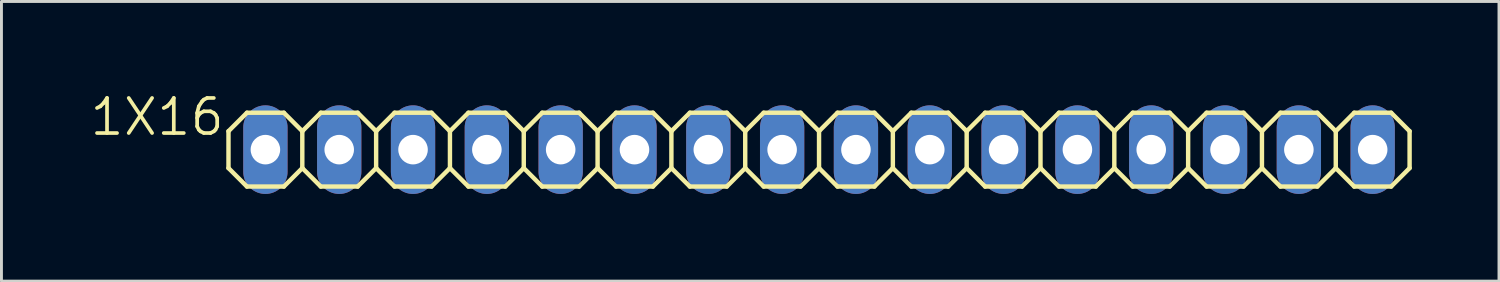
<source format=kicad_pcb>
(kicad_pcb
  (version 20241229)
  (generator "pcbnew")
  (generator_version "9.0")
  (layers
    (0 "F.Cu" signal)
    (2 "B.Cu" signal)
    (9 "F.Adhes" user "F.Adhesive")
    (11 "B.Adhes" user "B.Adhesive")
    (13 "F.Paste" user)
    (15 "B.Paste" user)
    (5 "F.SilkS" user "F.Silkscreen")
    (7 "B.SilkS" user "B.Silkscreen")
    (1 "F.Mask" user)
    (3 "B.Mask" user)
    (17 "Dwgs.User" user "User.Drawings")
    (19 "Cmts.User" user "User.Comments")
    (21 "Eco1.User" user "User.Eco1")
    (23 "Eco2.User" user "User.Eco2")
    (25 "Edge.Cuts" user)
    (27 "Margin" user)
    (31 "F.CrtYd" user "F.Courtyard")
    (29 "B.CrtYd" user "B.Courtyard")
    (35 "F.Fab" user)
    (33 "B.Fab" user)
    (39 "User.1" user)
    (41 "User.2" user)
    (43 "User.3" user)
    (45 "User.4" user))
  (footprint "1X16"
    (layer "F.Cu")
    (at 25.132 2.099)
    (property "Reference" "1X16" (at -20.396 -1.829 0) (layer "F.SilkS") (effects (font (size 1.206 1.206) (thickness 0.127)) (justify right top)))
    (attr through_hole)
    (fp_line (start -20.32 -0.635) (end -20.32 0.635) (stroke (width 0.152) (type solid)) (layer "F.SilkS"))
    (fp_line (start -20.32 0.635) (end -19.685 1.27) (stroke (width 0.152) (type solid)) (layer "F.SilkS"))
    (fp_line (start -19.685 -1.27) (end -20.32 -0.635) (stroke (width 0.152) (type solid)) (layer "F.SilkS"))
    (fp_line (start -19.685 -1.27) (end -18.415 -1.27) (stroke (width 0.152) (type solid)) (layer "F.SilkS"))
    (fp_line (start -18.415 -1.27) (end -17.78 -0.635) (stroke (width 0.152) (type solid)) (layer "F.SilkS"))
    (fp_line (start -18.415 1.27) (end -19.685 1.27) (stroke (width 0.152) (type solid)) (layer "F.SilkS"))
    (fp_line (start -17.78 -0.635) (end -17.78 0.635) (stroke (width 0.152) (type solid)) (layer "F.SilkS"))
    (fp_line (start -17.78 -0.635) (end -17.145 -1.27) (stroke (width 0.152) (type solid)) (layer "F.SilkS"))
    (fp_line (start -17.78 0.635) (end -18.415 1.27) (stroke (width 0.152) (type solid)) (layer "F.SilkS"))
    (fp_line (start -17.145 -1.27) (end -15.875 -1.27) (stroke (width 0.152) (type solid)) (layer "F.SilkS"))
    (fp_line (start -17.145 1.27) (end -17.78 0.635) (stroke (width 0.152) (type solid)) (layer "F.SilkS"))
    (fp_line (start -15.875 -1.27) (end -15.24 -0.635) (stroke (width 0.152) (type solid)) (layer "F.SilkS"))
    (fp_line (start -15.875 1.27) (end -17.145 1.27) (stroke (width 0.152) (type solid)) (layer "F.SilkS"))
    (fp_line (start -15.24 -0.635) (end -15.24 0.635) (stroke (width 0.152) (type solid)) (layer "F.SilkS"))
    (fp_line (start -15.24 -0.635) (end -14.605 -1.27) (stroke (width 0.152) (type solid)) (layer "F.SilkS"))
    (fp_line (start -15.24 0.635) (end -15.875 1.27) (stroke (width 0.152) (type solid)) (layer "F.SilkS"))
    (fp_line (start -14.605 -1.27) (end -13.335 -1.27) (stroke (width 0.152) (type solid)) (layer "F.SilkS"))
    (fp_line (start -14.605 1.27) (end -15.24 0.635) (stroke (width 0.152) (type solid)) (layer "F.SilkS"))
    (fp_line (start -13.335 -1.27) (end -12.7 -0.635) (stroke (width 0.152) (type solid)) (layer "F.SilkS"))
    (fp_line (start -13.335 1.27) (end -14.605 1.27) (stroke (width 0.152) (type solid)) (layer "F.SilkS"))
    (fp_line (start -12.7 -0.635) (end -12.7 0.635) (stroke (width 0.152) (type solid)) (layer "F.SilkS"))
    (fp_line (start -12.7 0.635) (end -13.335 1.27) (stroke (width 0.152) (type solid)) (layer "F.SilkS"))
    (fp_line (start -12.7 0.635) (end -12.065 1.27) (stroke (width 0.152) (type solid)) (layer "F.SilkS"))
    (fp_line (start -12.065 -1.27) (end -12.7 -0.635) (stroke (width 0.152) (type solid)) (layer "F.SilkS"))
    (fp_line (start -12.065 -1.27) (end -10.795 -1.27) (stroke (width 0.152) (type solid)) (layer "F.SilkS"))
    (fp_line (start -10.795 -1.27) (end -10.16 -0.635) (stroke (width 0.152) (type solid)) (layer "F.SilkS"))
    (fp_line (start -10.795 1.27) (end -12.065 1.27) (stroke (width 0.152) (type solid)) (layer "F.SilkS"))
    (fp_line (start -10.16 -0.635) (end -10.16 0.635) (stroke (width 0.152) (type solid)) (layer "F.SilkS"))
    (fp_line (start -10.16 -0.635) (end -9.525 -1.27) (stroke (width 0.152) (type solid)) (layer "F.SilkS"))
    (fp_line (start -10.16 0.635) (end -10.795 1.27) (stroke (width 0.152) (type solid)) (layer "F.SilkS"))
    (fp_line (start -9.525 -1.27) (end -8.255 -1.27) (stroke (width 0.152) (type solid)) (layer "F.SilkS"))
    (fp_line (start -9.525 1.27) (end -10.16 0.635) (stroke (width 0.152) (type solid)) (layer "F.SilkS"))
    (fp_line (start -8.255 -1.27) (end -7.62 -0.635) (stroke (width 0.152) (type solid)) (layer "F.SilkS"))
    (fp_line (start -8.255 1.27) (end -9.525 1.27) (stroke (width 0.152) (type solid)) (layer "F.SilkS"))
    (fp_line (start -7.62 -0.635) (end -7.62 0.635) (stroke (width 0.152) (type solid)) (layer "F.SilkS"))
    (fp_line (start -7.62 -0.635) (end -6.985 -1.27) (stroke (width 0.152) (type solid)) (layer "F.SilkS"))
    (fp_line (start -7.62 0.635) (end -8.255 1.27) (stroke (width 0.152) (type solid)) (layer "F.SilkS"))
    (fp_line (start -6.985 -1.27) (end -5.715 -1.27) (stroke (width 0.152) (type solid)) (layer "F.SilkS"))
    (fp_line (start -6.985 1.27) (end -7.62 0.635) (stroke (width 0.152) (type solid)) (layer "F.SilkS"))
    (fp_line (start -5.715 -1.27) (end -5.08 -0.635) (stroke (width 0.152) (type solid)) (layer "F.SilkS"))
    (fp_line (start -5.715 1.27) (end -6.985 1.27) (stroke (width 0.152) (type solid)) (layer "F.SilkS"))
    (fp_line (start -5.08 -0.635) (end -5.08 0.635) (stroke (width 0.152) (type solid)) (layer "F.SilkS"))
    (fp_line (start -5.08 0.635) (end -5.715 1.27) (stroke (width 0.152) (type solid)) (layer "F.SilkS"))
    (fp_line (start -5.08 0.635) (end -4.445 1.27) (stroke (width 0.152) (type solid)) (layer "F.SilkS"))
    (fp_line (start -4.445 -1.27) (end -5.08 -0.635) (stroke (width 0.152) (type solid)) (layer "F.SilkS"))
    (fp_line (start -4.445 -1.27) (end -3.175 -1.27) (stroke (width 0.152) (type solid)) (layer "F.SilkS"))
    (fp_line (start -3.175 -1.27) (end -2.54 -0.635) (stroke (width 0.152) (type solid)) (layer "F.SilkS"))
    (fp_line (start -3.175 1.27) (end -4.445 1.27) (stroke (width 0.152) (type solid)) (layer "F.SilkS"))
    (fp_line (start -2.54 -0.635) (end -2.54 0.635) (stroke (width 0.152) (type solid)) (layer "F.SilkS"))
    (fp_line (start -2.54 -0.635) (end -1.905 -1.27) (stroke (width 0.152) (type solid)) (layer "F.SilkS"))
    (fp_line (start -2.54 0.635) (end -3.175 1.27) (stroke (width 0.152) (type solid)) (layer "F.SilkS"))
    (fp_line (start -1.905 -1.27) (end -0.635 -1.27) (stroke (width 0.152) (type solid)) (layer "F.SilkS"))
    (fp_line (start -1.905 1.27) (end -2.54 0.635) (stroke (width 0.152) (type solid)) (layer "F.SilkS"))
    (fp_line (start -0.635 -1.27) (end 0 -0.635) (stroke (width 0.152) (type solid)) (layer "F.SilkS"))
    (fp_line (start -0.635 1.27) (end -1.905 1.27) (stroke (width 0.152) (type solid)) (layer "F.SilkS"))
    (fp_line (start 0 -0.635) (end 0 0.635) (stroke (width 0.152) (type solid)) (layer "F.SilkS"))
    (fp_line (start 0 -0.635) (end 0.635 -1.27) (stroke (width 0.152) (type solid)) (layer "F.SilkS"))
    (fp_line (start 0 0.635) (end -0.635 1.27) (stroke (width 0.152) (type solid)) (layer "F.SilkS"))
    (fp_line (start 0.635 -1.27) (end 1.905 -1.27) (stroke (width 0.152) (type solid)) (layer "F.SilkS"))
    (fp_line (start 0.635 1.27) (end 0 0.635) (stroke (width 0.152) (type solid)) (layer "F.SilkS"))
    (fp_line (start 1.905 -1.27) (end 2.54 -0.635) (stroke (width 0.152) (type solid)) (layer "F.SilkS"))
    (fp_line (start 1.905 1.27) (end 0.635 1.27) (stroke (width 0.152) (type solid)) (layer "F.SilkS"))
    (fp_line (start 2.54 -0.635) (end 2.54 0.635) (stroke (width 0.152) (type solid)) (layer "F.SilkS"))
    (fp_line (start 2.54 0.635) (end 1.905 1.27) (stroke (width 0.152) (type solid)) (layer "F.SilkS"))
    (fp_line (start 2.54 0.635) (end 3.175 1.27) (stroke (width 0.152) (type solid)) (layer "F.SilkS"))
    (fp_line (start 3.175 -1.27) (end 2.54 -0.635) (stroke (width 0.152) (type solid)) (layer "F.SilkS"))
    (fp_line (start 3.175 -1.27) (end 4.445 -1.27) (stroke (width 0.152) (type solid)) (layer "F.SilkS"))
    (fp_line (start 4.445 -1.27) (end 5.08 -0.635) (stroke (width 0.152) (type solid)) (layer "F.SilkS"))
    (fp_line (start 4.445 1.27) (end 3.175 1.27) (stroke (width 0.152) (type solid)) (layer "F.SilkS"))
    (fp_line (start 5.08 -0.635) (end 5.08 0.635) (stroke (width 0.152) (type solid)) (layer "F.SilkS"))
    (fp_line (start 5.08 -0.635) (end 5.715 -1.27) (stroke (width 0.152) (type solid)) (layer "F.SilkS"))
    (fp_line (start 5.08 0.635) (end 4.445 1.27) (stroke (width 0.152) (type solid)) (layer "F.SilkS"))
    (fp_line (start 5.715 -1.27) (end 6.985 -1.27) (stroke (width 0.152) (type solid)) (layer "F.SilkS"))
    (fp_line (start 5.715 1.27) (end 5.08 0.635) (stroke (width 0.152) (type solid)) (layer "F.SilkS"))
    (fp_line (start 6.985 -1.27) (end 7.62 -0.635) (stroke (width 0.152) (type solid)) (layer "F.SilkS"))
    (fp_line (start 6.985 1.27) (end 5.715 1.27) (stroke (width 0.152) (type solid)) (layer "F.SilkS"))
    (fp_line (start 7.62 -0.635) (end 7.62 0.635) (stroke (width 0.152) (type solid)) (layer "F.SilkS"))
    (fp_line (start 7.62 -0.635) (end 8.255 -1.27) (stroke (width 0.152) (type solid)) (layer "F.SilkS"))
    (fp_line (start 7.62 0.635) (end 6.985 1.27) (stroke (width 0.152) (type solid)) (layer "F.SilkS"))
    (fp_line (start 8.255 -1.27) (end 9.525 -1.27) (stroke (width 0.152) (type solid)) (layer "F.SilkS"))
    (fp_line (start 8.255 1.27) (end 7.62 0.635) (stroke (width 0.152) (type solid)) (layer "F.SilkS"))
    (fp_line (start 9.525 -1.27) (end 10.16 -0.635) (stroke (width 0.152) (type solid)) (layer "F.SilkS"))
    (fp_line (start 9.525 1.27) (end 8.255 1.27) (stroke (width 0.152) (type solid)) (layer "F.SilkS"))
    (fp_line (start 10.16 -0.635) (end 10.16 0.635) (stroke (width 0.152) (type solid)) (layer "F.SilkS"))
    (fp_line (start 10.16 0.635) (end 9.525 1.27) (stroke (width 0.152) (type solid)) (layer "F.SilkS"))
    (fp_line (start 10.16 0.635) (end 10.795 1.27) (stroke (width 0.152) (type solid)) (layer "F.SilkS"))
    (fp_line (start 10.795 -1.27) (end 10.16 -0.635) (stroke (width 0.152) (type solid)) (layer "F.SilkS"))
    (fp_line (start 10.795 -1.27) (end 12.065 -1.27) (stroke (width 0.152) (type solid)) (layer "F.SilkS"))
    (fp_line (start 12.065 -1.27) (end 12.7 -0.635) (stroke (width 0.152) (type solid)) (layer "F.SilkS"))
    (fp_line (start 12.065 1.27) (end 10.795 1.27) (stroke (width 0.152) (type solid)) (layer "F.SilkS"))
    (fp_line (start 12.7 -0.635) (end 12.7 0.635) (stroke (width 0.152) (type solid)) (layer "F.SilkS"))
    (fp_line (start 12.7 -0.635) (end 13.335 -1.27) (stroke (width 0.152) (type solid)) (layer "F.SilkS"))
    (fp_line (start 12.7 0.635) (end 12.065 1.27) (stroke (width 0.152) (type solid)) (layer "F.SilkS"))
    (fp_line (start 13.335 -1.27) (end 14.605 -1.27) (stroke (width 0.152) (type solid)) (layer "F.SilkS"))
    (fp_line (start 13.335 1.27) (end 12.7 0.635) (stroke (width 0.152) (type solid)) (layer "F.SilkS"))
    (fp_line (start 14.605 -1.27) (end 15.24 -0.635) (stroke (width 0.152) (type solid)) (layer "F.SilkS"))
    (fp_line (start 14.605 1.27) (end 13.335 1.27) (stroke (width 0.152) (type solid)) (layer "F.SilkS"))
    (fp_line (start 15.24 -0.635) (end 15.24 0.635) (stroke (width 0.152) (type solid)) (layer "F.SilkS"))
    (fp_line (start 15.24 -0.635) (end 15.875 -1.27) (stroke (width 0.152) (type solid)) (layer "F.SilkS"))
    (fp_line (start 15.24 0.635) (end 14.605 1.27) (stroke (width 0.152) (type solid)) (layer "F.SilkS"))
    (fp_line (start 15.875 -1.27) (end 17.145 -1.27) (stroke (width 0.152) (type solid)) (layer "F.SilkS"))
    (fp_line (start 15.875 1.27) (end 15.24 0.635) (stroke (width 0.152) (type solid)) (layer "F.SilkS"))
    (fp_line (start 17.145 -1.27) (end 17.78 -0.635) (stroke (width 0.152) (type solid)) (layer "F.SilkS"))
    (fp_line (start 17.145 1.27) (end 15.875 1.27) (stroke (width 0.152) (type solid)) (layer "F.SilkS"))
    (fp_line (start 17.78 -0.635) (end 17.78 0.635) (stroke (width 0.152) (type solid)) (layer "F.SilkS"))
    (fp_line (start 17.78 -0.635) (end 18.415 -1.27) (stroke (width 0.152) (type solid)) (layer "F.SilkS"))
    (fp_line (start 17.78 0.635) (end 17.145 1.27) (stroke (width 0.152) (type solid)) (layer "F.SilkS"))
    (fp_line (start 18.415 -1.27) (end 19.685 -1.27) (stroke (width 0.152) (type solid)) (layer "F.SilkS"))
    (fp_line (start 18.415 1.27) (end 17.78 0.635) (stroke (width 0.152) (type solid)) (layer "F.SilkS"))
    (fp_line (start 19.685 -1.27) (end 20.32 -0.635) (stroke (width 0.152) (type solid)) (layer "F.SilkS"))
    (fp_line (start 19.685 1.27) (end 18.415 1.27) (stroke (width 0.152) (type solid)) (layer "F.SilkS"))
    (fp_line (start 20.32 -0.635) (end 20.32 0.635) (stroke (width 0.152) (type solid)) (layer "F.SilkS"))
    (fp_line (start 20.32 0.635) (end 19.685 1.27) (stroke (width 0.152) (type solid)) (layer "F.SilkS"))
    (fp_poly (pts (xy -19.304 0.254) (xy -18.796 0.254) (xy -18.796 -0.254) (xy -19.304 -0.254)) (stroke (width 0.1) (type solid)) (fill no) (layer "F.Fab"))
    (fp_poly (pts (xy -16.764 0.254) (xy -16.256 0.254) (xy -16.256 -0.254) (xy -16.764 -0.254)) (stroke (width 0.1) (type solid)) (fill no) (layer "F.Fab"))
    (fp_poly (pts (xy -14.224 0.254) (xy -13.716 0.254) (xy -13.716 -0.254) (xy -14.224 -0.254)) (stroke (width 0.1) (type solid)) (fill no) (layer "F.Fab"))
    (fp_poly (pts (xy -11.684 0.254) (xy -11.176 0.254) (xy -11.176 -0.254) (xy -11.684 -0.254)) (stroke (width 0.1) (type solid)) (fill no) (layer "F.Fab"))
    (fp_poly (pts (xy -9.144 0.254) (xy -8.636 0.254) (xy -8.636 -0.254) (xy -9.144 -0.254)) (stroke (width 0.1) (type solid)) (fill no) (layer "F.Fab"))
    (fp_poly (pts (xy -6.604 0.254) (xy -6.096 0.254) (xy -6.096 -0.254) (xy -6.604 -0.254)) (stroke (width 0.1) (type solid)) (fill no) (layer "F.Fab"))
    (fp_poly (pts (xy -4.064 0.254) (xy -3.556 0.254) (xy -3.556 -0.254) (xy -4.064 -0.254)) (stroke (width 0.1) (type solid)) (fill no) (layer "F.Fab"))
    (fp_poly (pts (xy -1.524 0.254) (xy -1.016 0.254) (xy -1.016 -0.254) (xy -1.524 -0.254)) (stroke (width 0.1) (type solid)) (fill no) (layer "F.Fab"))
    (fp_poly (pts (xy 1.016 0.254) (xy 1.524 0.254) (xy 1.524 -0.254) (xy 1.016 -0.254)) (stroke (width 0.1) (type solid)) (fill no) (layer "F.Fab"))
    (fp_poly (pts (xy 3.556 0.254) (xy 4.064 0.254) (xy 4.064 -0.254) (xy 3.556 -0.254)) (stroke (width 0.1) (type solid)) (fill no) (layer "F.Fab"))
    (fp_poly (pts (xy 6.096 0.254) (xy 6.604 0.254) (xy 6.604 -0.254) (xy 6.096 -0.254)) (stroke (width 0.1) (type solid)) (fill no) (layer "F.Fab"))
    (fp_poly (pts (xy 8.636 0.254) (xy 9.144 0.254) (xy 9.144 -0.254) (xy 8.636 -0.254)) (stroke (width 0.1) (type solid)) (fill no) (layer "F.Fab"))
    (fp_poly (pts (xy 11.176 0.254) (xy 11.684 0.254) (xy 11.684 -0.254) (xy 11.176 -0.254)) (stroke (width 0.1) (type solid)) (fill no) (layer "F.Fab"))
    (fp_poly (pts (xy 13.716 0.254) (xy 14.224 0.254) (xy 14.224 -0.254) (xy 13.716 -0.254)) (stroke (width 0.1) (type solid)) (fill no) (layer "F.Fab"))
    (fp_poly (pts (xy 16.256 0.254) (xy 16.764 0.254) (xy 16.764 -0.254) (xy 16.256 -0.254)) (stroke (width 0.1) (type solid)) (fill no) (layer "F.Fab"))
    (fp_poly (pts (xy 18.796 0.254) (xy 19.304 0.254) (xy 19.304 -0.254) (xy 18.796 -0.254)) (stroke (width 0.1) (type solid)) (fill no) (layer "F.Fab"))
    (pad "1" thru_hole oval (at -19.05 0 90) (size 3.048 1.524) (drill 1.016) (layers "*.Cu" "*.Mask"))
    (pad "2" thru_hole oval (at -16.51 0 90) (size 3.048 1.524) (drill 1.016) (layers "*.Cu" "*.Mask"))
    (pad "3" thru_hole oval (at -13.97 0 90) (size 3.048 1.524) (drill 1.016) (layers "*.Cu" "*.Mask"))
    (pad "4" thru_hole oval (at -11.43 0 90) (size 3.048 1.524) (drill 1.016) (layers "*.Cu" "*.Mask"))
    (pad "5" thru_hole oval (at -8.89 0 90) (size 3.048 1.524) (drill 1.016) (layers "*.Cu" "*.Mask"))
    (pad "6" thru_hole oval (at -6.35 0 90) (size 3.048 1.524) (drill 1.016) (layers "*.Cu" "*.Mask"))
    (pad "7" thru_hole oval (at -3.81 0 90) (size 3.048 1.524) (drill 1.016) (layers "*.Cu" "*.Mask"))
    (pad "8" thru_hole oval (at -1.27 0 90) (size 3.048 1.524) (drill 1.016) (layers "*.Cu" "*.Mask"))
    (pad "9" thru_hole oval (at 1.27 0 90) (size 3.048 1.524) (drill 1.016) (layers "*.Cu" "*.Mask"))
    (pad "10" thru_hole oval (at 3.81 0 90) (size 3.048 1.524) (drill 1.016) (layers "*.Cu" "*.Mask"))
    (pad "11" thru_hole oval (at 6.35 0 90) (size 3.048 1.524) (drill 1.016) (layers "*.Cu" "*.Mask"))
    (pad "12" thru_hole oval (at 8.89 0 90) (size 3.048 1.524) (drill 1.016) (layers "*.Cu" "*.Mask"))
    (pad "13" thru_hole oval (at 11.43 0 90) (size 3.048 1.524) (drill 1.016) (layers "*.Cu" "*.Mask"))
    (pad "14" thru_hole oval (at 13.97 0 90) (size 3.048 1.524) (drill 1.016) (layers "*.Cu" "*.Mask"))
    (pad "15" thru_hole oval (at 16.51 0 90) (size 3.048 1.524) (drill 1.016) (layers "*.Cu" "*.Mask"))
    (pad "16" thru_hole oval (at 19.05 0 90) (size 3.048 1.524) (drill 1.016) (layers "*.Cu" "*.Mask")))
  (gr_rect
    (start -3 -3)
    (end 48.528 6.623)
    (stroke (width 0.1) (type default))
    (fill no)
    (layer "Edge.Cuts")))
</source>
